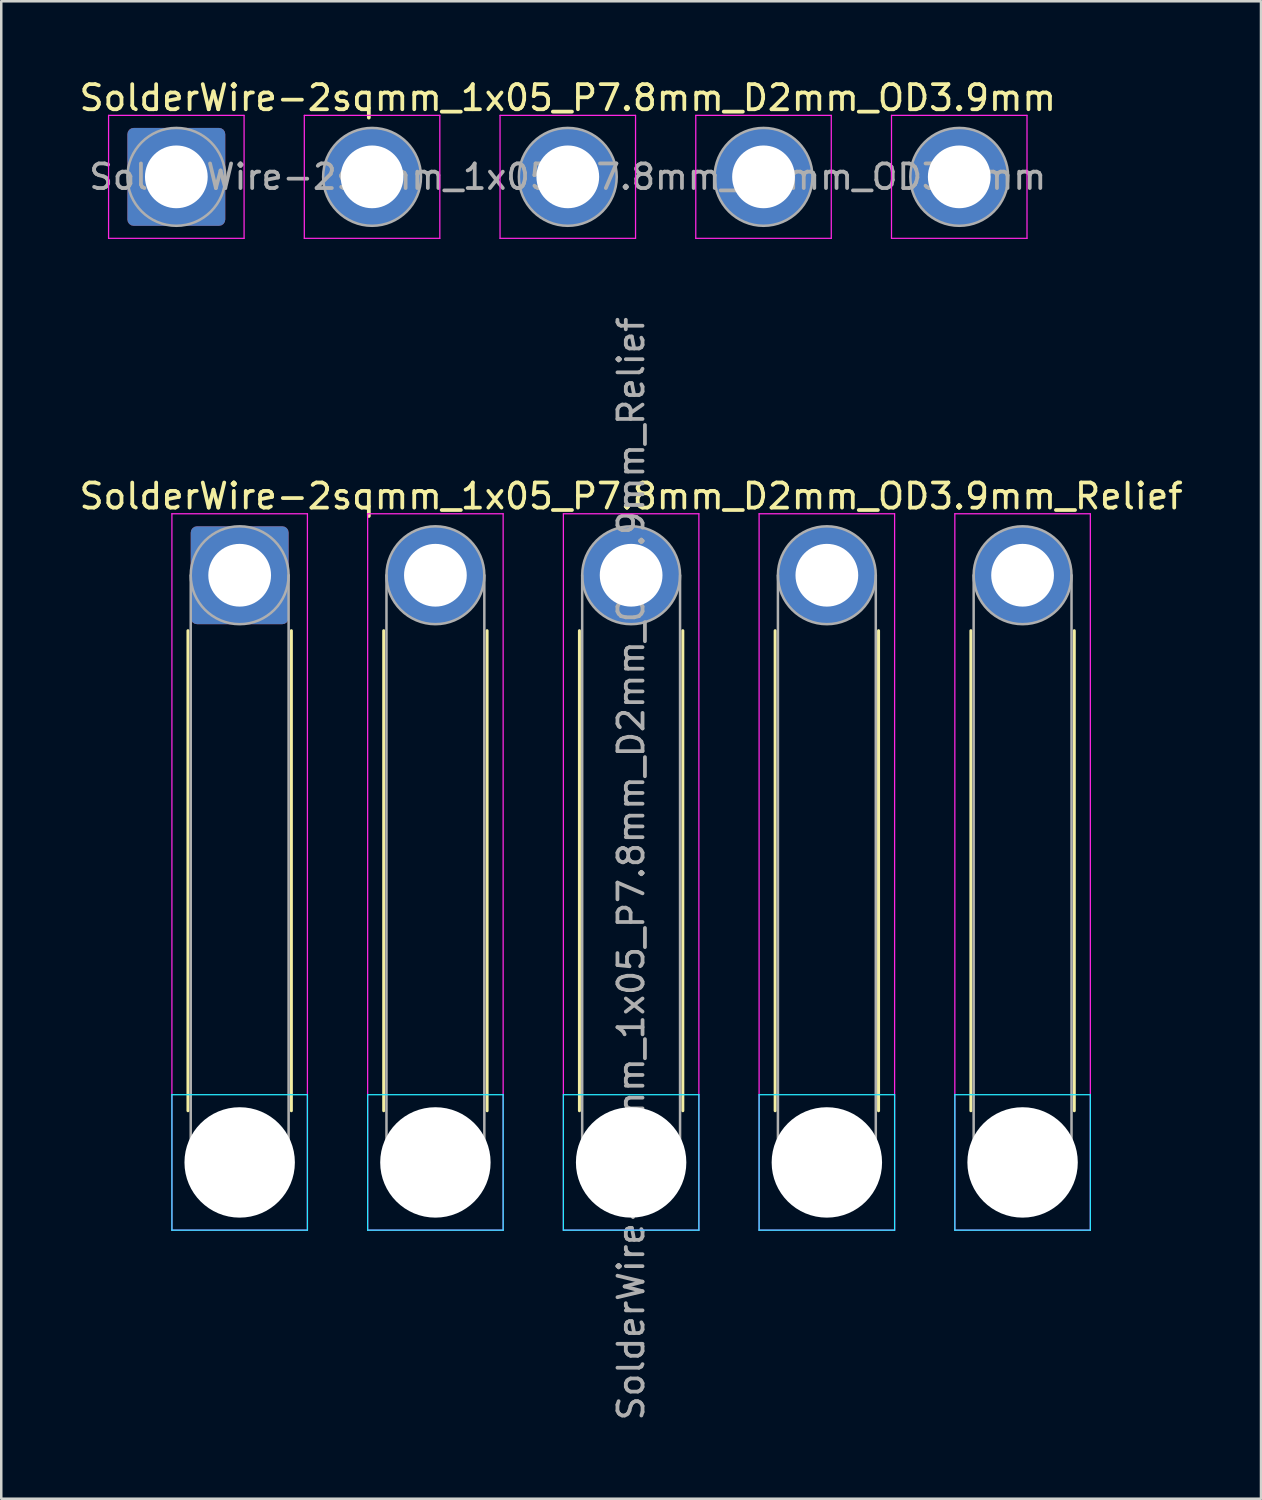
<source format=kicad_pcb>
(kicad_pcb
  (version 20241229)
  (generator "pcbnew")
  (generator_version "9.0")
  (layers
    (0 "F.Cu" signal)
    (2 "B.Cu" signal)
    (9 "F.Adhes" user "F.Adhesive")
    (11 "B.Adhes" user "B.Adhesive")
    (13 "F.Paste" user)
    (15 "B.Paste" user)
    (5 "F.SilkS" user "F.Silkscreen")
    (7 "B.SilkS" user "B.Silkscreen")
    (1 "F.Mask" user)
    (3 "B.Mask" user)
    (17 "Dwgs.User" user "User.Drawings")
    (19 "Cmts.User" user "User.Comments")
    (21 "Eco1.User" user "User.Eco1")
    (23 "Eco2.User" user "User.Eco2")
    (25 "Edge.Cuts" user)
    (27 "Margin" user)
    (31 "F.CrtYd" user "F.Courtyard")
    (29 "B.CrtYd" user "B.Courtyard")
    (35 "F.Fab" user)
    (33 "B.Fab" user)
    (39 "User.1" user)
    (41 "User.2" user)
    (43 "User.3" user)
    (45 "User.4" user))
  (footprint "SolderWire-2sqmm_1x05_P7.8mm_D2mm_OD3.9mm_Relief"
    (layer "F.Cu")
    (at 6.501 19.874)
    (property "Reference" "SolderWire-2sqmm_1x05_P7.8mm_D2mm_OD3.9mm_Relief" (at 15.6 -3.15 0) (layer "F.SilkS") (effects (font (size 1 1) (thickness 0.15))))
    (attr exclude_from_pos_files exclude_from_bom)
    (fp_line (start -2.06 2.21) (end -2.06 21.34) (stroke (width 0.12) (type solid)) (layer "F.SilkS"))
    (fp_line (start 2.06 2.21) (end 2.06 21.34) (stroke (width 0.12) (type solid)) (layer "F.SilkS"))
    (fp_line (start 5.74 2.21) (end 5.74 21.34) (stroke (width 0.12) (type solid)) (layer "F.SilkS"))
    (fp_line (start 9.86 2.21) (end 9.86 21.34) (stroke (width 0.12) (type solid)) (layer "F.SilkS"))
    (fp_line (start 13.54 2.21) (end 13.54 21.34) (stroke (width 0.12) (type solid)) (layer "F.SilkS"))
    (fp_line (start 17.66 2.21) (end 17.66 21.34) (stroke (width 0.12) (type solid)) (layer "F.SilkS"))
    (fp_line (start 21.34 2.21) (end 21.34 21.34) (stroke (width 0.12) (type solid)) (layer "F.SilkS"))
    (fp_line (start 25.46 2.21) (end 25.46 21.34) (stroke (width 0.12) (type solid)) (layer "F.SilkS"))
    (fp_line (start 29.14 2.21) (end 29.14 21.34) (stroke (width 0.12) (type solid)) (layer "F.SilkS"))
    (fp_line (start 33.26 2.21) (end 33.26 21.34) (stroke (width 0.12) (type solid)) (layer "F.SilkS"))
    (fp_line (start -2.7 20.7) (end -2.7 26.1) (stroke (width 0.05) (type solid)) (layer "B.CrtYd"))
    (fp_line (start -2.7 26.1) (end 2.7 26.1) (stroke (width 0.05) (type solid)) (layer "B.CrtYd"))
    (fp_line (start 2.7 20.7) (end -2.7 20.7) (stroke (width 0.05) (type solid)) (layer "B.CrtYd"))
    (fp_line (start 2.7 26.1) (end 2.7 20.7) (stroke (width 0.05) (type solid)) (layer "B.CrtYd"))
    (fp_line (start 5.1 20.7) (end 5.1 26.1) (stroke (width 0.05) (type solid)) (layer "B.CrtYd"))
    (fp_line (start 5.1 26.1) (end 10.5 26.1) (stroke (width 0.05) (type solid)) (layer "B.CrtYd"))
    (fp_line (start 10.5 20.7) (end 5.1 20.7) (stroke (width 0.05) (type solid)) (layer "B.CrtYd"))
    (fp_line (start 10.5 26.1) (end 10.5 20.7) (stroke (width 0.05) (type solid)) (layer "B.CrtYd"))
    (fp_line (start 12.9 20.7) (end 12.9 26.1) (stroke (width 0.05) (type solid)) (layer "B.CrtYd"))
    (fp_line (start 12.9 26.1) (end 18.3 26.1) (stroke (width 0.05) (type solid)) (layer "B.CrtYd"))
    (fp_line (start 18.3 20.7) (end 12.9 20.7) (stroke (width 0.05) (type solid)) (layer "B.CrtYd"))
    (fp_line (start 18.3 26.1) (end 18.3 20.7) (stroke (width 0.05) (type solid)) (layer "B.CrtYd"))
    (fp_line (start 20.7 20.7) (end 20.7 26.1) (stroke (width 0.05) (type solid)) (layer "B.CrtYd"))
    (fp_line (start 20.7 26.1) (end 26.1 26.1) (stroke (width 0.05) (type solid)) (layer "B.CrtYd"))
    (fp_line (start 26.1 20.7) (end 20.7 20.7) (stroke (width 0.05) (type solid)) (layer "B.CrtYd"))
    (fp_line (start 26.1 26.1) (end 26.1 20.7) (stroke (width 0.05) (type solid)) (layer "B.CrtYd"))
    (fp_line (start 28.5 20.7) (end 28.5 26.1) (stroke (width 0.05) (type solid)) (layer "B.CrtYd"))
    (fp_line (start 28.5 26.1) (end 33.9 26.1) (stroke (width 0.05) (type solid)) (layer "B.CrtYd"))
    (fp_line (start 33.9 20.7) (end 28.5 20.7) (stroke (width 0.05) (type solid)) (layer "B.CrtYd"))
    (fp_line (start 33.9 26.1) (end 33.9 20.7) (stroke (width 0.05) (type solid)) (layer "B.CrtYd"))
    (fp_line (start -2.7 -2.45) (end -2.7 26.1) (stroke (width 0.05) (type solid)) (layer "F.CrtYd"))
    (fp_line (start -2.7 26.1) (end 2.7 26.1) (stroke (width 0.05) (type solid)) (layer "F.CrtYd"))
    (fp_line (start 2.7 -2.45) (end -2.7 -2.45) (stroke (width 0.05) (type solid)) (layer "F.CrtYd"))
    (fp_line (start 2.7 26.1) (end 2.7 -2.45) (stroke (width 0.05) (type solid)) (layer "F.CrtYd"))
    (fp_line (start 5.1 -2.45) (end 5.1 26.1) (stroke (width 0.05) (type solid)) (layer "F.CrtYd"))
    (fp_line (start 5.1 26.1) (end 10.5 26.1) (stroke (width 0.05) (type solid)) (layer "F.CrtYd"))
    (fp_line (start 10.5 -2.45) (end 5.1 -2.45) (stroke (width 0.05) (type solid)) (layer "F.CrtYd"))
    (fp_line (start 10.5 26.1) (end 10.5 -2.45) (stroke (width 0.05) (type solid)) (layer "F.CrtYd"))
    (fp_line (start 12.9 -2.45) (end 12.9 26.1) (stroke (width 0.05) (type solid)) (layer "F.CrtYd"))
    (fp_line (start 12.9 26.1) (end 18.3 26.1) (stroke (width 0.05) (type solid)) (layer "F.CrtYd"))
    (fp_line (start 18.3 -2.45) (end 12.9 -2.45) (stroke (width 0.05) (type solid)) (layer "F.CrtYd"))
    (fp_line (start 18.3 26.1) (end 18.3 -2.45) (stroke (width 0.05) (type solid)) (layer "F.CrtYd"))
    (fp_line (start 20.7 -2.45) (end 20.7 26.1) (stroke (width 0.05) (type solid)) (layer "F.CrtYd"))
    (fp_line (start 20.7 26.1) (end 26.1 26.1) (stroke (width 0.05) (type solid)) (layer "F.CrtYd"))
    (fp_line (start 26.1 -2.45) (end 20.7 -2.45) (stroke (width 0.05) (type solid)) (layer "F.CrtYd"))
    (fp_line (start 26.1 26.1) (end 26.1 -2.45) (stroke (width 0.05) (type solid)) (layer "F.CrtYd"))
    (fp_line (start 28.5 -2.45) (end 28.5 26.1) (stroke (width 0.05) (type solid)) (layer "F.CrtYd"))
    (fp_line (start 28.5 26.1) (end 33.9 26.1) (stroke (width 0.05) (type solid)) (layer "F.CrtYd"))
    (fp_line (start 33.9 -2.45) (end 28.5 -2.45) (stroke (width 0.05) (type solid)) (layer "F.CrtYd"))
    (fp_line (start 33.9 26.1) (end 33.9 -2.45) (stroke (width 0.05) (type solid)) (layer "F.CrtYd"))
    (fp_line (start -1.95 0) (end -1.95 23.4) (stroke (width 0.1) (type solid)) (layer "F.Fab"))
    (fp_line (start 1.95 0) (end 1.95 23.4) (stroke (width 0.1) (type solid)) (layer "F.Fab"))
    (fp_line (start 5.85 0) (end 5.85 23.4) (stroke (width 0.1) (type solid)) (layer "F.Fab"))
    (fp_line (start 9.75 0) (end 9.75 23.4) (stroke (width 0.1) (type solid)) (layer "F.Fab"))
    (fp_line (start 13.65 0) (end 13.65 23.4) (stroke (width 0.1) (type solid)) (layer "F.Fab"))
    (fp_line (start 17.55 0) (end 17.55 23.4) (stroke (width 0.1) (type solid)) (layer "F.Fab"))
    (fp_line (start 21.45 0) (end 21.45 23.4) (stroke (width 0.1) (type solid)) (layer "F.Fab"))
    (fp_line (start 25.35 0) (end 25.35 23.4) (stroke (width 0.1) (type solid)) (layer "F.Fab"))
    (fp_line (start 29.25 0) (end 29.25 23.4) (stroke (width 0.1) (type solid)) (layer "F.Fab"))
    (fp_line (start 33.15 0) (end 33.15 23.4) (stroke (width 0.1) (type solid)) (layer "F.Fab"))
    (fp_circle (center 0 0) (end 1.95 0) (stroke (width 0.1) (type solid)) (fill no) (layer "F.Fab"))
    (fp_circle (center 0 23.4) (end 1.95 23.4) (stroke (width 0.1) (type solid)) (fill no) (layer "F.Fab"))
    (fp_circle (center 7.8 0) (end 9.75 0) (stroke (width 0.1) (type solid)) (fill no) (layer "F.Fab"))
    (fp_circle (center 7.8 23.4) (end 9.75 23.4) (stroke (width 0.1) (type solid)) (fill no) (layer "F.Fab"))
    (fp_circle (center 15.6 0) (end 17.55 0) (stroke (width 0.1) (type solid)) (fill no) (layer "F.Fab"))
    (fp_circle (center 15.6 23.4) (end 17.55 23.4) (stroke (width 0.1) (type solid)) (fill no) (layer "F.Fab"))
    (fp_circle (center 23.4 0) (end 25.35 0) (stroke (width 0.1) (type solid)) (fill no) (layer "F.Fab"))
    (fp_circle (center 23.4 23.4) (end 25.35 23.4) (stroke (width 0.1) (type solid)) (fill no) (layer "F.Fab"))
    (fp_circle (center 31.2 0) (end 33.15 0) (stroke (width 0.1) (type solid)) (fill no) (layer "F.Fab"))
    (fp_circle (center 31.2 23.4) (end 33.15 23.4) (stroke (width 0.1) (type solid)) (fill no) (layer "F.Fab"))
    (fp_text user "${REFERENCE}" (at 15.6 11.7 90) (layer "F.Fab") (effects (font (size 1 1) (thickness 0.15))))
    (pad "" np_thru_hole circle (at 0 23.4) (size 4.4 4.4) (drill 4.4) (layers "*.Cu" "*.Mask"))
    (pad "" np_thru_hole circle (at 7.8 23.4) (size 4.4 4.4) (drill 4.4) (layers "*.Cu" "*.Mask"))
    (pad "" np_thru_hole circle (at 15.6 23.4) (size 4.4 4.4) (drill 4.4) (layers "*.Cu" "*.Mask"))
    (pad "" np_thru_hole circle (at 23.4 23.4) (size 4.4 4.4) (drill 4.4) (layers "*.Cu" "*.Mask"))
    (pad "" np_thru_hole circle (at 31.2 23.4) (size 4.4 4.4) (drill 4.4) (layers "*.Cu" "*.Mask"))
    (pad "1" thru_hole roundrect (at 0 0) (size 3.9 3.9) (drill 2.5) (layers "*.Cu" "*.Mask") (roundrect_rratio 0.064))
    (pad "2" thru_hole circle (at 7.8 0) (size 3.9 3.9) (drill 2.5) (layers "*.Cu" "*.Mask"))
    (pad "3" thru_hole circle (at 15.6 0) (size 3.9 3.9) (drill 2.5) (layers "*.Cu" "*.Mask"))
    (pad "4" thru_hole circle (at 23.4 0) (size 3.9 3.9) (drill 2.5) (layers "*.Cu" "*.Mask"))
    (pad "5" thru_hole circle (at 31.2 0) (size 3.9 3.9) (drill 2.5) (layers "*.Cu" "*.Mask")))
  (footprint "SolderWire-2sqmm_1x05_P7.8mm_D2mm_OD3.9mm"
    (layer "F.Cu")
    (at 3.977 3.998)
    (property "Reference" "SolderWire-2sqmm_1x05_P7.8mm_D2mm_OD3.9mm" (at 15.6 -3.15 0) (layer "F.SilkS") (effects (font (size 1 1) (thickness 0.15))))
    (attr exclude_from_pos_files exclude_from_bom)
    (fp_line (start -2.7 -2.45) (end -2.7 2.45) (stroke (width 0.05) (type solid)) (layer "F.CrtYd"))
    (fp_line (start -2.7 2.45) (end 2.7 2.45) (stroke (width 0.05) (type solid)) (layer "F.CrtYd"))
    (fp_line (start 2.7 -2.45) (end -2.7 -2.45) (stroke (width 0.05) (type solid)) (layer "F.CrtYd"))
    (fp_line (start 2.7 2.45) (end 2.7 -2.45) (stroke (width 0.05) (type solid)) (layer "F.CrtYd"))
    (fp_line (start 5.1 -2.45) (end 5.1 2.45) (stroke (width 0.05) (type solid)) (layer "F.CrtYd"))
    (fp_line (start 5.1 2.45) (end 10.5 2.45) (stroke (width 0.05) (type solid)) (layer "F.CrtYd"))
    (fp_line (start 10.5 -2.45) (end 5.1 -2.45) (stroke (width 0.05) (type solid)) (layer "F.CrtYd"))
    (fp_line (start 10.5 2.45) (end 10.5 -2.45) (stroke (width 0.05) (type solid)) (layer "F.CrtYd"))
    (fp_line (start 12.9 -2.45) (end 12.9 2.45) (stroke (width 0.05) (type solid)) (layer "F.CrtYd"))
    (fp_line (start 12.9 2.45) (end 18.3 2.45) (stroke (width 0.05) (type solid)) (layer "F.CrtYd"))
    (fp_line (start 18.3 -2.45) (end 12.9 -2.45) (stroke (width 0.05) (type solid)) (layer "F.CrtYd"))
    (fp_line (start 18.3 2.45) (end 18.3 -2.45) (stroke (width 0.05) (type solid)) (layer "F.CrtYd"))
    (fp_line (start 20.7 -2.45) (end 20.7 2.45) (stroke (width 0.05) (type solid)) (layer "F.CrtYd"))
    (fp_line (start 20.7 2.45) (end 26.1 2.45) (stroke (width 0.05) (type solid)) (layer "F.CrtYd"))
    (fp_line (start 26.1 -2.45) (end 20.7 -2.45) (stroke (width 0.05) (type solid)) (layer "F.CrtYd"))
    (fp_line (start 26.1 2.45) (end 26.1 -2.45) (stroke (width 0.05) (type solid)) (layer "F.CrtYd"))
    (fp_line (start 28.5 -2.45) (end 28.5 2.45) (stroke (width 0.05) (type solid)) (layer "F.CrtYd"))
    (fp_line (start 28.5 2.45) (end 33.9 2.45) (stroke (width 0.05) (type solid)) (layer "F.CrtYd"))
    (fp_line (start 33.9 -2.45) (end 28.5 -2.45) (stroke (width 0.05) (type solid)) (layer "F.CrtYd"))
    (fp_line (start 33.9 2.45) (end 33.9 -2.45) (stroke (width 0.05) (type solid)) (layer "F.CrtYd"))
    (fp_circle (center 0 0) (end 1.95 0) (stroke (width 0.1) (type solid)) (fill no) (layer "F.Fab"))
    (fp_circle (center 7.8 0) (end 9.75 0) (stroke (width 0.1) (type solid)) (fill no) (layer "F.Fab"))
    (fp_circle (center 15.6 0) (end 17.55 0) (stroke (width 0.1) (type solid)) (fill no) (layer "F.Fab"))
    (fp_circle (center 23.4 0) (end 25.35 0) (stroke (width 0.1) (type solid)) (fill no) (layer "F.Fab"))
    (fp_circle (center 31.2 0) (end 33.15 0) (stroke (width 0.1) (type solid)) (fill no) (layer "F.Fab"))
    (fp_text user "${REFERENCE}" (at 15.6 0 0) (layer "F.Fab") (effects (font (size 0.98 0.98) (thickness 0.15))))
    (pad "1" thru_hole roundrect (at 0 0) (size 3.9 3.9) (drill 2.5) (layers "*.Cu" "*.Mask") (roundrect_rratio 0.064))
    (pad "2" thru_hole circle (at 7.8 0) (size 3.9 3.9) (drill 2.5) (layers "*.Cu" "*.Mask"))
    (pad "3" thru_hole circle (at 15.6 0) (size 3.9 3.9) (drill 2.5) (layers "*.Cu" "*.Mask"))
    (pad "4" thru_hole circle (at 23.4 0) (size 3.9 3.9) (drill 2.5) (layers "*.Cu" "*.Mask"))
    (pad "5" thru_hole circle (at 31.2 0) (size 3.9 3.9) (drill 2.5) (layers "*.Cu" "*.Mask")))
  (gr_rect
    (start -3 -3)
    (end 47.202 56.676)
    (stroke (width 0.1) (type default))
    (fill no)
    (layer "Edge.Cuts")))
</source>
